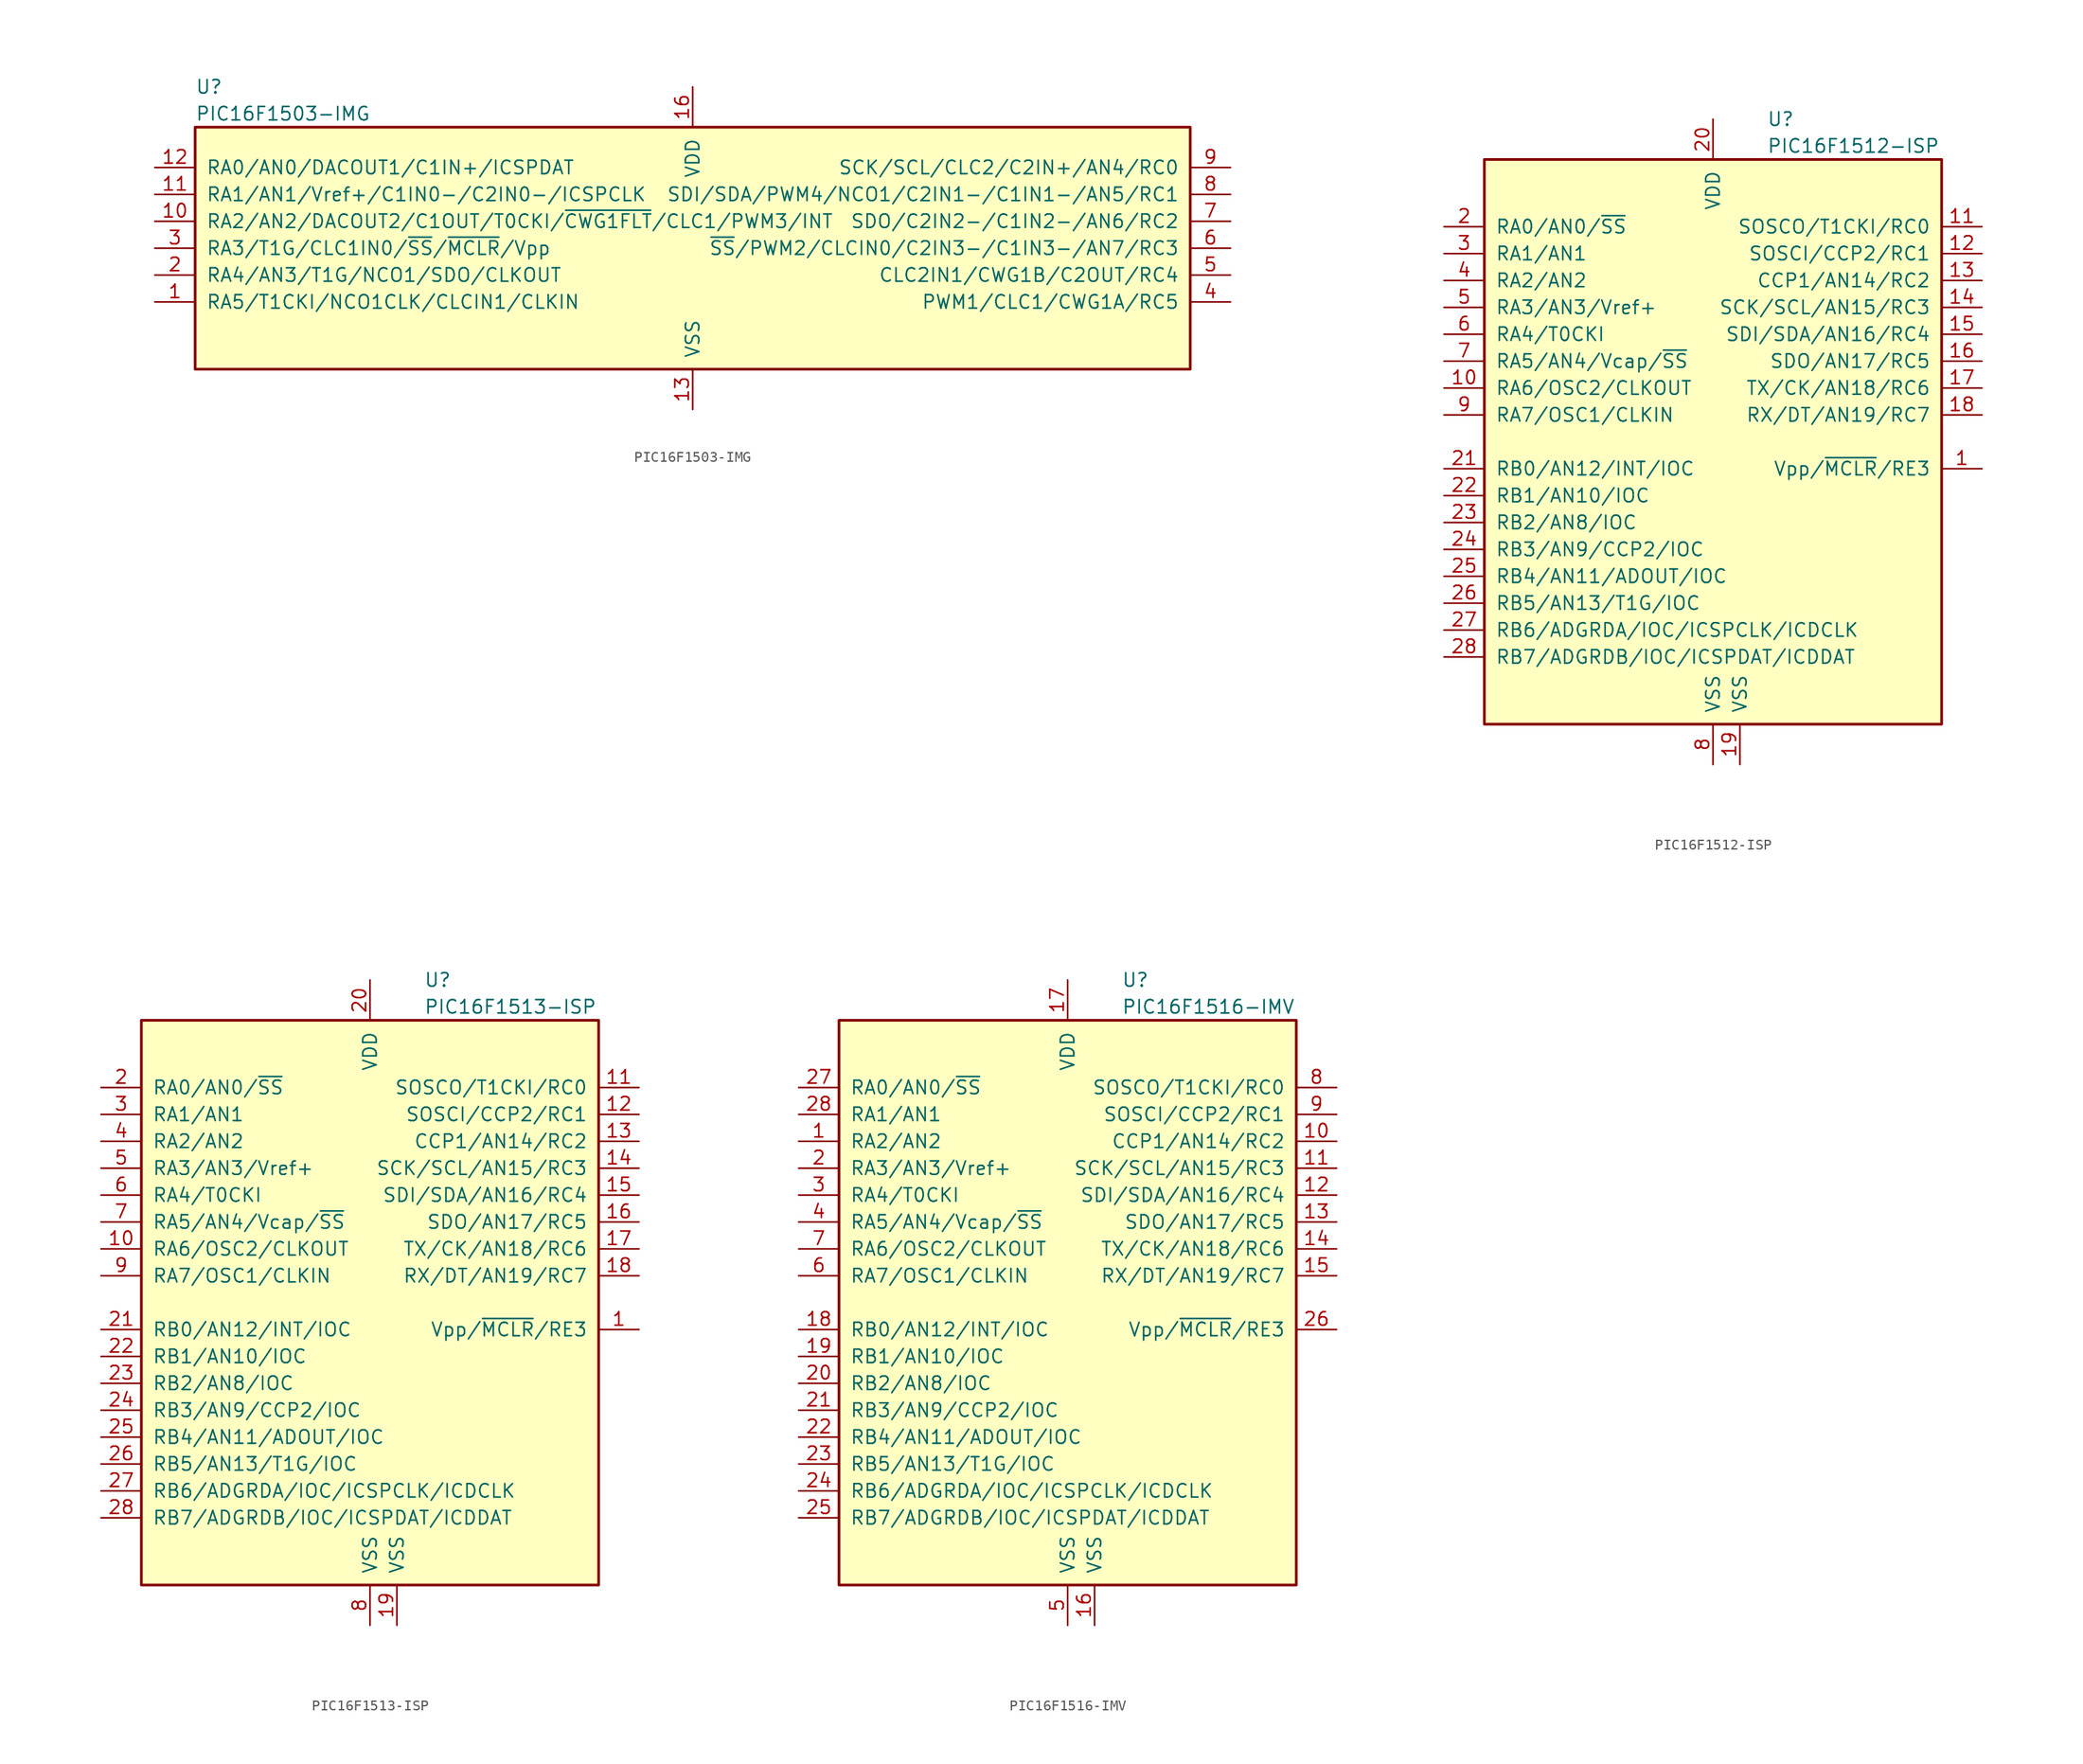
<source format=kicad_sym>
(kicad_symbol_lib
  (version 20201005)
  (generator kicad_symbol_editor)
  (symbol "PIC16F1503-IMG"
    (pin_names
      (offset 1.016))
    (property "Reference" "U"
      (at -46.99 15.24 0)
      (effects (font (size 1.27 1.27)) (justify left)))
    (property "Value" "PIC16F1503-IMG"
      (at -46.99 12.7 0)
      (effects (font (size 1.27 1.27)) (justify left)))
    (symbol "PIC16F1503-IMG_0_1"
      (rectangle (start -46.99 11.43) (end 46.99 -11.43) (stroke (width 0.254)) (fill (type background))))
    (symbol "PIC16F1503-IMG_1_1"
      (pin bidirectional line (at -50.8 -5.08 0) (length 3.81) (name "RA5/T1CKI/NCO1CLK/CLCIN1/CLKIN" (effects (font (size 1.27 1.27)))) (number "1" (effects (font (size 1.27 1.27)))))
      (pin bidirectional line (at -50.8 2.54 0) (length 3.81) (name "RA2/AN2/DACOUT2/C1OUT/T0CKI/~CWG1FLT~/CLC1/PWM3/INT" (effects (font (size 1.27 1.27)))) (number "10" (effects (font (size 1.27 1.27)))))
      (pin bidirectional line (at -50.8 5.08 0) (length 3.81) (name "RA1/AN1/Vref+/C1IN0-/C2IN0-/ICSPCLK" (effects (font (size 1.27 1.27)))) (number "11" (effects (font (size 1.27 1.27)))))
      (pin bidirectional line (at -50.8 7.62 0) (length 3.81) (name "RA0/AN0/DACOUT1/C1IN+/ICSPDAT" (effects (font (size 1.27 1.27)))) (number "12" (effects (font (size 1.27 1.27)))))
      (pin power_in line (at 0 -15.24 90) (length 3.81) (name "VSS" (effects (font (size 1.27 1.27)))) (number "13" (effects (font (size 1.27 1.27)))))
      (pin power_in line (at 0 15.24 270) (length 3.81) (name "VDD" (effects (font (size 1.27 1.27)))) (number "16" (effects (font (size 1.27 1.27)))))
      (pin bidirectional line (at -50.8 -2.54 0) (length 3.81) (name "RA4/AN3/T1G/NCO1/SDO/CLKOUT" (effects (font (size 1.27 1.27)))) (number "2" (effects (font (size 1.27 1.27)))))
      (pin input line (at -50.8 0 0) (length 3.81) (name "RA3/T1G/CLC1IN0/~SS~/~MCLR~/Vpp" (effects (font (size 1.27 1.27)))) (number "3" (effects (font (size 1.27 1.27)))))
      (pin bidirectional line (at 50.8 -5.08 180) (length 3.81) (name "PWM1/CLC1/CWG1A/RC5" (effects (font (size 1.27 1.27)))) (number "4" (effects (font (size 1.27 1.27)))))
      (pin bidirectional line (at 50.8 -2.54 180) (length 3.81) (name "CLC2IN1/CWG1B/C2OUT/RC4" (effects (font (size 1.27 1.27)))) (number "5" (effects (font (size 1.27 1.27)))))
      (pin bidirectional line (at 50.8 0 180) (length 3.81) (name "~SS~/PWM2/CLCIN0/C2IN3-/C1IN3-/AN7/RC3" (effects (font (size 1.27 1.27)))) (number "6" (effects (font (size 1.27 1.27)))))
      (pin bidirectional line (at 50.8 2.54 180) (length 3.81) (name "SDO/C2IN2-/C1IN2-/AN6/RC2" (effects (font (size 1.27 1.27)))) (number "7" (effects (font (size 1.27 1.27)))))
      (pin bidirectional line (at 50.8 5.08 180) (length 3.81) (name "SDI/SDA/PWM4/NCO1/C2IN1-/C1IN1-/AN5/RC1" (effects (font (size 1.27 1.27)))) (number "8" (effects (font (size 1.27 1.27)))))
      (pin bidirectional line (at 50.8 7.62 180) (length 3.81) (name "SCK/SCL/CLC2/C2IN+/AN4/RC0" (effects (font (size 1.27 1.27)))) (number "9" (effects (font (size 1.27 1.27)))))))
  (symbol "PIC16F1512-ISP"
    (pin_names
      (offset 1.016))
    (property "Reference" "U"
      (at 5.08 30.48 0)
      (effects (font (size 1.27 1.27)) (justify left)))
    (property "Value" "PIC16F1512-ISP"
      (at 5.08 27.94 0)
      (effects (font (size 1.27 1.27)) (justify left)))
    (symbol "PIC16F1512-ISP_0_1"
      (rectangle (start -21.59 26.67) (end 21.59 -26.67) (stroke (width 0.254)) (fill (type background))))
    (symbol "PIC16F1512-ISP_1_1"
      (pin input line (at 25.4 -2.54 180) (length 3.81) (name "Vpp/~MCLR~/RE3" (effects (font (size 1.27 1.27)))) (number "1" (effects (font (size 1.27 1.27)))))
      (pin bidirectional line (at -25.4 5.08 0) (length 3.81) (name "RA6/OSC2/CLKOUT" (effects (font (size 1.27 1.27)))) (number "10" (effects (font (size 1.27 1.27)))))
      (pin bidirectional line (at 25.4 20.32 180) (length 3.81) (name "SOSCO/T1CKI/RC0" (effects (font (size 1.27 1.27)))) (number "11" (effects (font (size 1.27 1.27)))))
      (pin bidirectional line (at 25.4 17.78 180) (length 3.81) (name "SOSCI/CCP2/RC1" (effects (font (size 1.27 1.27)))) (number "12" (effects (font (size 1.27 1.27)))))
      (pin bidirectional line (at 25.4 15.24 180) (length 3.81) (name "CCP1/AN14/RC2" (effects (font (size 1.27 1.27)))) (number "13" (effects (font (size 1.27 1.27)))))
      (pin bidirectional line (at 25.4 12.7 180) (length 3.81) (name "SCK/SCL/AN15/RC3" (effects (font (size 1.27 1.27)))) (number "14" (effects (font (size 1.27 1.27)))))
      (pin bidirectional line (at 25.4 10.16 180) (length 3.81) (name "SDI/SDA/AN16/RC4" (effects (font (size 1.27 1.27)))) (number "15" (effects (font (size 1.27 1.27)))))
      (pin bidirectional line (at 25.4 7.62 180) (length 3.81) (name "SDO/AN17/RC5" (effects (font (size 1.27 1.27)))) (number "16" (effects (font (size 1.27 1.27)))))
      (pin bidirectional line (at 25.4 5.08 180) (length 3.81) (name "TX/CK/AN18/RC6" (effects (font (size 1.27 1.27)))) (number "17" (effects (font (size 1.27 1.27)))))
      (pin bidirectional line (at 25.4 2.54 180) (length 3.81) (name "RX/DT/AN19/RC7" (effects (font (size 1.27 1.27)))) (number "18" (effects (font (size 1.27 1.27)))))
      (pin power_in line (at 2.54 -30.48 90) (length 3.81) (name "VSS" (effects (font (size 1.27 1.27)))) (number "19" (effects (font (size 1.27 1.27)))))
      (pin bidirectional line (at -25.4 20.32 0) (length 3.81) (name "RA0/AN0/~SS" (effects (font (size 1.27 1.27)))) (number "2" (effects (font (size 1.27 1.27)))))
      (pin power_in line (at 0 30.48 270) (length 3.81) (name "VDD" (effects (font (size 1.27 1.27)))) (number "20" (effects (font (size 1.27 1.27)))))
      (pin bidirectional line (at -25.4 -2.54 0) (length 3.81) (name "RB0/AN12/INT/IOC" (effects (font (size 1.27 1.27)))) (number "21" (effects (font (size 1.27 1.27)))))
      (pin bidirectional line (at -25.4 -5.08 0) (length 3.81) (name "RB1/AN10/IOC" (effects (font (size 1.27 1.27)))) (number "22" (effects (font (size 1.27 1.27)))))
      (pin bidirectional line (at -25.4 -7.62 0) (length 3.81) (name "RB2/AN8/IOC" (effects (font (size 1.27 1.27)))) (number "23" (effects (font (size 1.27 1.27)))))
      (pin bidirectional line (at -25.4 -10.16 0) (length 3.81) (name "RB3/AN9/CCP2/IOC" (effects (font (size 1.27 1.27)))) (number "24" (effects (font (size 1.27 1.27)))))
      (pin bidirectional line (at -25.4 -12.7 0) (length 3.81) (name "RB4/AN11/ADOUT/IOC" (effects (font (size 1.27 1.27)))) (number "25" (effects (font (size 1.27 1.27)))))
      (pin bidirectional line (at -25.4 -15.24 0) (length 3.81) (name "RB5/AN13/T1G/IOC" (effects (font (size 1.27 1.27)))) (number "26" (effects (font (size 1.27 1.27)))))
      (pin bidirectional line (at -25.4 -17.78 0) (length 3.81) (name "RB6/ADGRDA/IOC/ICSPCLK/ICDCLK" (effects (font (size 1.27 1.27)))) (number "27" (effects (font (size 1.27 1.27)))))
      (pin bidirectional line (at -25.4 -20.32 0) (length 3.81) (name "RB7/ADGRDB/IOC/ICSPDAT/ICDDAT" (effects (font (size 1.27 1.27)))) (number "28" (effects (font (size 1.27 1.27)))))
      (pin bidirectional line (at -25.4 17.78 0) (length 3.81) (name "RA1/AN1" (effects (font (size 1.27 1.27)))) (number "3" (effects (font (size 1.27 1.27)))))
      (pin bidirectional line (at -25.4 15.24 0) (length 3.81) (name "RA2/AN2" (effects (font (size 1.27 1.27)))) (number "4" (effects (font (size 1.27 1.27)))))
      (pin bidirectional line (at -25.4 12.7 0) (length 3.81) (name "RA3/AN3/Vref+" (effects (font (size 1.27 1.27)))) (number "5" (effects (font (size 1.27 1.27)))))
      (pin bidirectional line (at -25.4 10.16 0) (length 3.81) (name "RA4/T0CKI" (effects (font (size 1.27 1.27)))) (number "6" (effects (font (size 1.27 1.27)))))
      (pin bidirectional line (at -25.4 7.62 0) (length 3.81) (name "RA5/AN4/Vcap/~SS" (effects (font (size 1.27 1.27)))) (number "7" (effects (font (size 1.27 1.27)))))
      (pin power_in line (at 0 -30.48 90) (length 3.81) (name "VSS" (effects (font (size 1.27 1.27)))) (number "8" (effects (font (size 1.27 1.27)))))
      (pin bidirectional line (at -25.4 2.54 0) (length 3.81) (name "RA7/OSC1/CLKIN" (effects (font (size 1.27 1.27)))) (number "9" (effects (font (size 1.27 1.27)))))))
  (symbol "PIC16F1513-ISP"
    (pin_names
      (offset 1.016))
    (property "Reference" "U"
      (at 5.08 30.48 0)
      (effects (font (size 1.27 1.27)) (justify left)))
    (property "Value" "PIC16F1513-ISP"
      (at 5.08 27.94 0)
      (effects (font (size 1.27 1.27)) (justify left)))
    (symbol "PIC16F1513-ISP_0_1"
      (rectangle (start -21.59 26.67) (end 21.59 -26.67) (stroke (width 0.254)) (fill (type background))))
    (symbol "PIC16F1513-ISP_1_1"
      (pin input line (at 25.4 -2.54 180) (length 3.81) (name "Vpp/~MCLR~/RE3" (effects (font (size 1.27 1.27)))) (number "1" (effects (font (size 1.27 1.27)))))
      (pin bidirectional line (at -25.4 5.08 0) (length 3.81) (name "RA6/OSC2/CLKOUT" (effects (font (size 1.27 1.27)))) (number "10" (effects (font (size 1.27 1.27)))))
      (pin bidirectional line (at 25.4 20.32 180) (length 3.81) (name "SOSCO/T1CKI/RC0" (effects (font (size 1.27 1.27)))) (number "11" (effects (font (size 1.27 1.27)))))
      (pin bidirectional line (at 25.4 17.78 180) (length 3.81) (name "SOSCI/CCP2/RC1" (effects (font (size 1.27 1.27)))) (number "12" (effects (font (size 1.27 1.27)))))
      (pin bidirectional line (at 25.4 15.24 180) (length 3.81) (name "CCP1/AN14/RC2" (effects (font (size 1.27 1.27)))) (number "13" (effects (font (size 1.27 1.27)))))
      (pin bidirectional line (at 25.4 12.7 180) (length 3.81) (name "SCK/SCL/AN15/RC3" (effects (font (size 1.27 1.27)))) (number "14" (effects (font (size 1.27 1.27)))))
      (pin bidirectional line (at 25.4 10.16 180) (length 3.81) (name "SDI/SDA/AN16/RC4" (effects (font (size 1.27 1.27)))) (number "15" (effects (font (size 1.27 1.27)))))
      (pin bidirectional line (at 25.4 7.62 180) (length 3.81) (name "SDO/AN17/RC5" (effects (font (size 1.27 1.27)))) (number "16" (effects (font (size 1.27 1.27)))))
      (pin bidirectional line (at 25.4 5.08 180) (length 3.81) (name "TX/CK/AN18/RC6" (effects (font (size 1.27 1.27)))) (number "17" (effects (font (size 1.27 1.27)))))
      (pin bidirectional line (at 25.4 2.54 180) (length 3.81) (name "RX/DT/AN19/RC7" (effects (font (size 1.27 1.27)))) (number "18" (effects (font (size 1.27 1.27)))))
      (pin power_in line (at 2.54 -30.48 90) (length 3.81) (name "VSS" (effects (font (size 1.27 1.27)))) (number "19" (effects (font (size 1.27 1.27)))))
      (pin bidirectional line (at -25.4 20.32 0) (length 3.81) (name "RA0/AN0/~SS" (effects (font (size 1.27 1.27)))) (number "2" (effects (font (size 1.27 1.27)))))
      (pin power_in line (at 0 30.48 270) (length 3.81) (name "VDD" (effects (font (size 1.27 1.27)))) (number "20" (effects (font (size 1.27 1.27)))))
      (pin bidirectional line (at -25.4 -2.54 0) (length 3.81) (name "RB0/AN12/INT/IOC" (effects (font (size 1.27 1.27)))) (number "21" (effects (font (size 1.27 1.27)))))
      (pin bidirectional line (at -25.4 -5.08 0) (length 3.81) (name "RB1/AN10/IOC" (effects (font (size 1.27 1.27)))) (number "22" (effects (font (size 1.27 1.27)))))
      (pin bidirectional line (at -25.4 -7.62 0) (length 3.81) (name "RB2/AN8/IOC" (effects (font (size 1.27 1.27)))) (number "23" (effects (font (size 1.27 1.27)))))
      (pin bidirectional line (at -25.4 -10.16 0) (length 3.81) (name "RB3/AN9/CCP2/IOC" (effects (font (size 1.27 1.27)))) (number "24" (effects (font (size 1.27 1.27)))))
      (pin bidirectional line (at -25.4 -12.7 0) (length 3.81) (name "RB4/AN11/ADOUT/IOC" (effects (font (size 1.27 1.27)))) (number "25" (effects (font (size 1.27 1.27)))))
      (pin bidirectional line (at -25.4 -15.24 0) (length 3.81) (name "RB5/AN13/T1G/IOC" (effects (font (size 1.27 1.27)))) (number "26" (effects (font (size 1.27 1.27)))))
      (pin bidirectional line (at -25.4 -17.78 0) (length 3.81) (name "RB6/ADGRDA/IOC/ICSPCLK/ICDCLK" (effects (font (size 1.27 1.27)))) (number "27" (effects (font (size 1.27 1.27)))))
      (pin bidirectional line (at -25.4 -20.32 0) (length 3.81) (name "RB7/ADGRDB/IOC/ICSPDAT/ICDDAT" (effects (font (size 1.27 1.27)))) (number "28" (effects (font (size 1.27 1.27)))))
      (pin bidirectional line (at -25.4 17.78 0) (length 3.81) (name "RA1/AN1" (effects (font (size 1.27 1.27)))) (number "3" (effects (font (size 1.27 1.27)))))
      (pin bidirectional line (at -25.4 15.24 0) (length 3.81) (name "RA2/AN2" (effects (font (size 1.27 1.27)))) (number "4" (effects (font (size 1.27 1.27)))))
      (pin bidirectional line (at -25.4 12.7 0) (length 3.81) (name "RA3/AN3/Vref+" (effects (font (size 1.27 1.27)))) (number "5" (effects (font (size 1.27 1.27)))))
      (pin bidirectional line (at -25.4 10.16 0) (length 3.81) (name "RA4/T0CKI" (effects (font (size 1.27 1.27)))) (number "6" (effects (font (size 1.27 1.27)))))
      (pin bidirectional line (at -25.4 7.62 0) (length 3.81) (name "RA5/AN4/Vcap/~SS" (effects (font (size 1.27 1.27)))) (number "7" (effects (font (size 1.27 1.27)))))
      (pin power_in line (at 0 -30.48 90) (length 3.81) (name "VSS" (effects (font (size 1.27 1.27)))) (number "8" (effects (font (size 1.27 1.27)))))
      (pin bidirectional line (at -25.4 2.54 0) (length 3.81) (name "RA7/OSC1/CLKIN" (effects (font (size 1.27 1.27)))) (number "9" (effects (font (size 1.27 1.27)))))))
  (symbol "PIC16F1516-IMV"
    (pin_names
      (offset 1.016))
    (property "Reference" "U"
      (at 5.08 30.48 0)
      (effects (font (size 1.27 1.27)) (justify left)))
    (property "Value" "PIC16F1516-IMV"
      (at 5.08 27.94 0)
      (effects (font (size 1.27 1.27)) (justify left)))
    (symbol "PIC16F1516-IMV_0_1"
      (rectangle (start -21.59 26.67) (end 21.59 -26.67) (stroke (width 0.254)) (fill (type background))))
    (symbol "PIC16F1516-IMV_1_1"
      (pin bidirectional line (at -25.4 15.24 0) (length 3.81) (name "RA2/AN2" (effects (font (size 1.27 1.27)))) (number "1" (effects (font (size 1.27 1.27)))))
      (pin bidirectional line (at 25.4 15.24 180) (length 3.81) (name "CCP1/AN14/RC2" (effects (font (size 1.27 1.27)))) (number "10" (effects (font (size 1.27 1.27)))))
      (pin bidirectional line (at 25.4 12.7 180) (length 3.81) (name "SCK/SCL/AN15/RC3" (effects (font (size 1.27 1.27)))) (number "11" (effects (font (size 1.27 1.27)))))
      (pin bidirectional line (at 25.4 10.16 180) (length 3.81) (name "SDI/SDA/AN16/RC4" (effects (font (size 1.27 1.27)))) (number "12" (effects (font (size 1.27 1.27)))))
      (pin bidirectional line (at 25.4 7.62 180) (length 3.81) (name "SDO/AN17/RC5" (effects (font (size 1.27 1.27)))) (number "13" (effects (font (size 1.27 1.27)))))
      (pin bidirectional line (at 25.4 5.08 180) (length 3.81) (name "TX/CK/AN18/RC6" (effects (font (size 1.27 1.27)))) (number "14" (effects (font (size 1.27 1.27)))))
      (pin bidirectional line (at 25.4 2.54 180) (length 3.81) (name "RX/DT/AN19/RC7" (effects (font (size 1.27 1.27)))) (number "15" (effects (font (size 1.27 1.27)))))
      (pin power_in line (at 2.54 -30.48 90) (length 3.81) (name "VSS" (effects (font (size 1.27 1.27)))) (number "16" (effects (font (size 1.27 1.27)))))
      (pin power_in line (at 0 30.48 270) (length 3.81) (name "VDD" (effects (font (size 1.27 1.27)))) (number "17" (effects (font (size 1.27 1.27)))))
      (pin bidirectional line (at -25.4 -2.54 0) (length 3.81) (name "RB0/AN12/INT/IOC" (effects (font (size 1.27 1.27)))) (number "18" (effects (font (size 1.27 1.27)))))
      (pin bidirectional line (at -25.4 -5.08 0) (length 3.81) (name "RB1/AN10/IOC" (effects (font (size 1.27 1.27)))) (number "19" (effects (font (size 1.27 1.27)))))
      (pin bidirectional line (at -25.4 12.7 0) (length 3.81) (name "RA3/AN3/Vref+" (effects (font (size 1.27 1.27)))) (number "2" (effects (font (size 1.27 1.27)))))
      (pin bidirectional line (at -25.4 -7.62 0) (length 3.81) (name "RB2/AN8/IOC" (effects (font (size 1.27 1.27)))) (number "20" (effects (font (size 1.27 1.27)))))
      (pin bidirectional line (at -25.4 -10.16 0) (length 3.81) (name "RB3/AN9/CCP2/IOC" (effects (font (size 1.27 1.27)))) (number "21" (effects (font (size 1.27 1.27)))))
      (pin bidirectional line (at -25.4 -12.7 0) (length 3.81) (name "RB4/AN11/ADOUT/IOC" (effects (font (size 1.27 1.27)))) (number "22" (effects (font (size 1.27 1.27)))))
      (pin bidirectional line (at -25.4 -15.24 0) (length 3.81) (name "RB5/AN13/T1G/IOC" (effects (font (size 1.27 1.27)))) (number "23" (effects (font (size 1.27 1.27)))))
      (pin bidirectional line (at -25.4 -17.78 0) (length 3.81) (name "RB6/ADGRDA/IOC/ICSPCLK/ICDCLK" (effects (font (size 1.27 1.27)))) (number "24" (effects (font (size 1.27 1.27)))))
      (pin bidirectional line (at -25.4 -20.32 0) (length 3.81) (name "RB7/ADGRDB/IOC/ICSPDAT/ICDDAT" (effects (font (size 1.27 1.27)))) (number "25" (effects (font (size 1.27 1.27)))))
      (pin input line (at 25.4 -2.54 180) (length 3.81) (name "Vpp/~MCLR~/RE3" (effects (font (size 1.27 1.27)))) (number "26" (effects (font (size 1.27 1.27)))))
      (pin bidirectional line (at -25.4 20.32 0) (length 3.81) (name "RA0/AN0/~SS" (effects (font (size 1.27 1.27)))) (number "27" (effects (font (size 1.27 1.27)))))
      (pin bidirectional line (at -25.4 17.78 0) (length 3.81) (name "RA1/AN1" (effects (font (size 1.27 1.27)))) (number "28" (effects (font (size 1.27 1.27)))))
      (pin bidirectional line (at -25.4 10.16 0) (length 3.81) (name "RA4/T0CKI" (effects (font (size 1.27 1.27)))) (number "3" (effects (font (size 1.27 1.27)))))
      (pin bidirectional line (at -25.4 7.62 0) (length 3.81) (name "RA5/AN4/Vcap/~SS" (effects (font (size 1.27 1.27)))) (number "4" (effects (font (size 1.27 1.27)))))
      (pin power_in line (at 0 -30.48 90) (length 3.81) (name "VSS" (effects (font (size 1.27 1.27)))) (number "5" (effects (font (size 1.27 1.27)))))
      (pin bidirectional line (at -25.4 2.54 0) (length 3.81) (name "RA7/OSC1/CLKIN" (effects (font (size 1.27 1.27)))) (number "6" (effects (font (size 1.27 1.27)))))
      (pin bidirectional line (at -25.4 5.08 0) (length 3.81) (name "RA6/OSC2/CLKOUT" (effects (font (size 1.27 1.27)))) (number "7" (effects (font (size 1.27 1.27)))))
      (pin bidirectional line (at 25.4 20.32 180) (length 3.81) (name "SOSCO/T1CKI/RC0" (effects (font (size 1.27 1.27)))) (number "8" (effects (font (size 1.27 1.27)))))
      (pin bidirectional line (at 25.4 17.78 180) (length 3.81) (name "SOSCI/CCP2/RC1" (effects (font (size 1.27 1.27)))) (number "9" (effects (font (size 1.27 1.27))))))))
</source>
